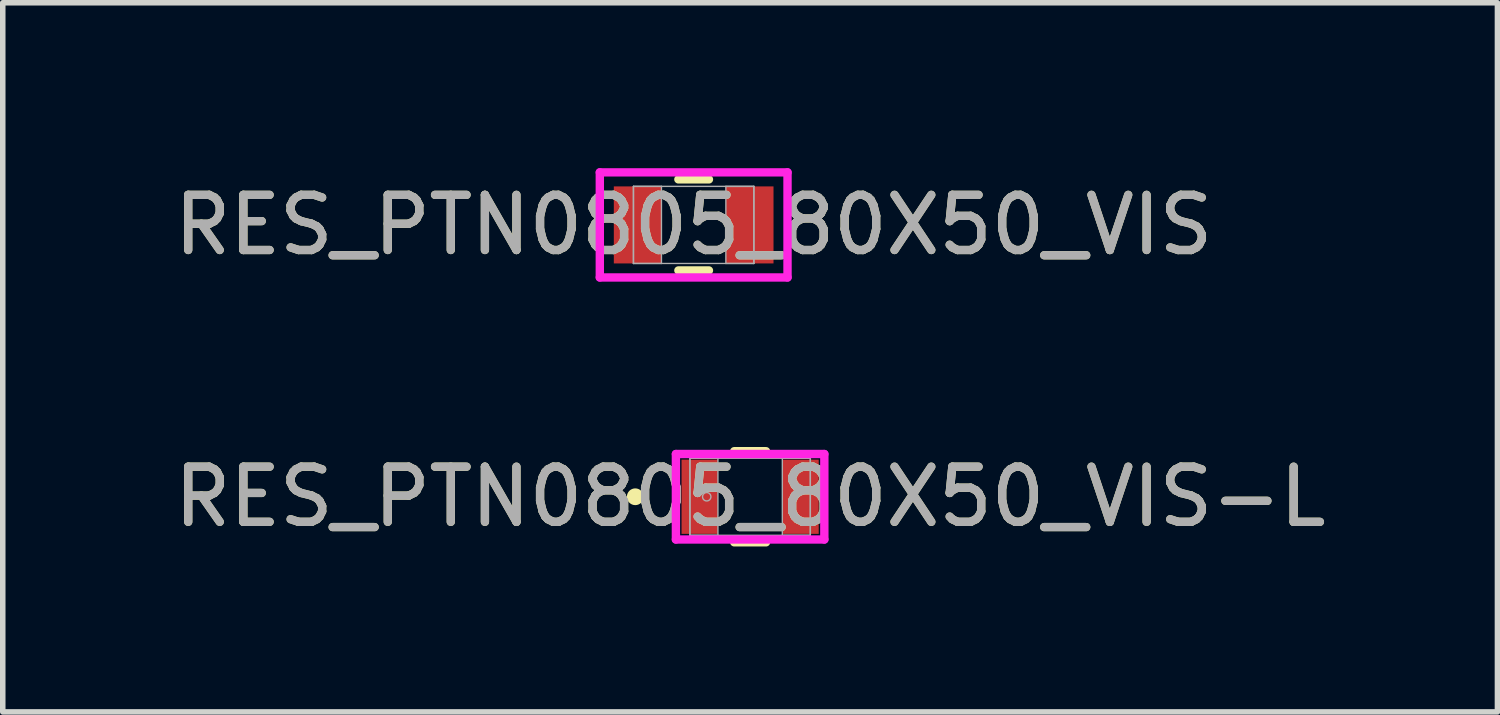
<source format=kicad_pcb>
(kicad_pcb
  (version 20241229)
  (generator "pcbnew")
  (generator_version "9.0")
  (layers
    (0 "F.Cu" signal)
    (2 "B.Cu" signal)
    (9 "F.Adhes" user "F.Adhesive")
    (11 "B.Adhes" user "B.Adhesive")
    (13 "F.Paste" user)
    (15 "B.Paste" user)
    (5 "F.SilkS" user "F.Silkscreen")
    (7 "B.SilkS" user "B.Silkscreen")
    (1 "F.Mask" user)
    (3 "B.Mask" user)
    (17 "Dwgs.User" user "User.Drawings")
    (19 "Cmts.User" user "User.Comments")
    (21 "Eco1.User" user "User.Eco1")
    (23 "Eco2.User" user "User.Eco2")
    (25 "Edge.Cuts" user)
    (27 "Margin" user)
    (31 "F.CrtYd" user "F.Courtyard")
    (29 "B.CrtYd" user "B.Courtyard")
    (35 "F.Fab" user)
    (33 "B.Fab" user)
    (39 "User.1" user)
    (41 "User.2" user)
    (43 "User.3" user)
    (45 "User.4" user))
  (footprint "RES_PTN0805_80X50_VIS"
    (layer "F.Cu")
    (at 9.53 1.029)
    (property "Reference" "RES_PTN0805_80X50_VIS" (at 0 0 0) (unlocked yes) (layer "F.SilkS") (effects (font (size 1 1) (thickness 0.15))))
    (attr smd)
    (fp_line (start -0.277 0.826) (end 0.277 0.826) (stroke (width 0.152) (type solid)) (layer "F.SilkS"))
    (fp_line (start 0.277 -0.826) (end -0.277 -0.826) (stroke (width 0.152) (type solid)) (layer "F.SilkS"))
    (fp_line (start -1.702 -0.953) (end 1.702 -0.953) (stroke (width 0.152) (type solid)) (layer "F.CrtYd"))
    (fp_line (start -1.702 0.953) (end -1.702 -0.953) (stroke (width 0.152) (type solid)) (layer "F.CrtYd"))
    (fp_line (start 1.702 -0.953) (end 1.702 0.953) (stroke (width 0.152) (type solid)) (layer "F.CrtYd"))
    (fp_line (start 1.702 0.953) (end -1.702 0.953) (stroke (width 0.152) (type solid)) (layer "F.CrtYd"))
    (fp_line (start -1.092 -0.699) (end -1.092 0.699) (stroke (width 0.025) (type solid)) (layer "F.Fab"))
    (fp_line (start -1.092 -0.699) (end -1.092 0.699) (stroke (width 0.025) (type solid)) (layer "F.Fab"))
    (fp_line (start -1.092 0.699) (end -0.584 0.699) (stroke (width 0.025) (type solid)) (layer "F.Fab"))
    (fp_line (start -1.092 0.699) (end 1.092 0.699) (stroke (width 0.025) (type solid)) (layer "F.Fab"))
    (fp_line (start -0.584 -0.699) (end -1.092 -0.699) (stroke (width 0.025) (type solid)) (layer "F.Fab"))
    (fp_line (start -0.584 0.699) (end -0.584 -0.699) (stroke (width 0.025) (type solid)) (layer "F.Fab"))
    (fp_line (start 0.584 -0.699) (end 0.584 0.699) (stroke (width 0.025) (type solid)) (layer "F.Fab"))
    (fp_line (start 0.584 0.699) (end 1.092 0.699) (stroke (width 0.025) (type solid)) (layer "F.Fab"))
    (fp_line (start 1.092 -0.699) (end -1.092 -0.699) (stroke (width 0.025) (type solid)) (layer "F.Fab"))
    (fp_line (start 1.092 -0.699) (end 0.584 -0.699) (stroke (width 0.025) (type solid)) (layer "F.Fab"))
    (fp_line (start 1.092 0.699) (end 1.092 -0.699) (stroke (width 0.025) (type solid)) (layer "F.Fab"))
    (fp_line (start 1.092 0.699) (end 1.092 -0.699) (stroke (width 0.025) (type solid)) (layer "F.Fab"))
    (fp_circle (center -0.889 0) (end -0.889 0) (stroke (width 0.025) (type solid)) (fill no) (layer "F.Fab"))
    (fp_text user "${REFERENCE}" (at 0 0 0) (unlocked yes) (layer "F.Fab") (effects (font (size 1 1) (thickness 0.15))))
    (pad "1" smd rect (at -1.016 0) (size 0.864 1.397) (layers "F.Cu" "F.Mask" "F.Paste"))
    (pad "2" smd rect (at 1.016 0) (size 0.864 1.397) (layers "F.Cu" "F.Mask" "F.Paste"))
    (zone (net_name "") (layer "F.Cu") (hatch full 0.508) (connect_pads) (min_thickness 0.254) (filled_areas_thickness no) (keepout (tracks not_allowed) (vias not_allowed) (pads allowed) (copperpour not_allowed) (footprints allowed)) (placement (enabled no)) (fill) (polygon (pts (xy 8.996 0.381) (xy 10.063 0.381) (xy 10.063 1.676) (xy 8.996 1.676)))))
  (footprint "RES_PTN0805_80X50_VIS-L"
    (layer "F.Cu")
    (at 10.554 5.959)
    (property "Reference" "RES_PTN0805_80X50_VIS-L" (at 0 0 0) (unlocked yes) (layer "F.SilkS") (effects (font (size 1 1) (thickness 0.15))))
    (attr smd)
    (fp_line (start -0.288 0.826) (end 0.288 0.826) (stroke (width 0.152) (type solid)) (layer "F.SilkS"))
    (fp_line (start 0.288 -0.826) (end -0.288 -0.826) (stroke (width 0.152) (type solid)) (layer "F.SilkS"))
    (fp_circle (center -2.083 0) (end -2.007 0) (stroke (width 0.152) (type solid)) (fill no) (layer "F.SilkS"))
    (fp_line (start -1.346 -0.775) (end 1.346 -0.775) (stroke (width 0.152) (type solid)) (layer "F.CrtYd"))
    (fp_line (start -1.346 0.775) (end -1.346 -0.775) (stroke (width 0.152) (type solid)) (layer "F.CrtYd"))
    (fp_line (start 1.346 -0.775) (end 1.346 0.775) (stroke (width 0.152) (type solid)) (layer "F.CrtYd"))
    (fp_line (start 1.346 0.775) (end -1.346 0.775) (stroke (width 0.152) (type solid)) (layer "F.CrtYd"))
    (fp_line (start -1.092 -0.699) (end -1.092 0.699) (stroke (width 0.025) (type solid)) (layer "F.Fab"))
    (fp_line (start -1.092 -0.699) (end -1.092 0.699) (stroke (width 0.025) (type solid)) (layer "F.Fab"))
    (fp_line (start -1.092 0.699) (end -0.584 0.699) (stroke (width 0.025) (type solid)) (layer "F.Fab"))
    (fp_line (start -1.092 0.699) (end 1.092 0.699) (stroke (width 0.025) (type solid)) (layer "F.Fab"))
    (fp_line (start -0.584 -0.699) (end -1.092 -0.699) (stroke (width 0.025) (type solid)) (layer "F.Fab"))
    (fp_line (start -0.584 0.699) (end -0.584 -0.699) (stroke (width 0.025) (type solid)) (layer "F.Fab"))
    (fp_line (start 0.584 -0.699) (end 0.584 0.699) (stroke (width 0.025) (type solid)) (layer "F.Fab"))
    (fp_line (start 0.584 0.699) (end 1.092 0.699) (stroke (width 0.025) (type solid)) (layer "F.Fab"))
    (fp_line (start 1.092 -0.699) (end -1.092 -0.699) (stroke (width 0.025) (type solid)) (layer "F.Fab"))
    (fp_line (start 1.092 -0.699) (end 0.584 -0.699) (stroke (width 0.025) (type solid)) (layer "F.Fab"))
    (fp_line (start 1.092 0.699) (end 1.092 -0.699) (stroke (width 0.025) (type solid)) (layer "F.Fab"))
    (fp_line (start 1.092 0.699) (end 1.092 -0.699) (stroke (width 0.025) (type solid)) (layer "F.Fab"))
    (fp_circle (center -0.787 0) (end -0.711 0) (stroke (width 0.025) (type solid)) (fill no) (layer "F.Fab"))
    (fp_text user "${REFERENCE}" (at 0 0 0) (unlocked yes) (layer "F.Fab") (effects (font (size 1 1) (thickness 0.15))))
    (pad "1" smd rect (at -0.914 0) (size 0.66 1.346) (layers "F.Cu" "F.Mask" "F.Paste"))
    (pad "2" smd rect (at 0.914 0) (size 0.66 1.346) (layers "F.Cu" "F.Mask" "F.Paste"))
    (zone (net_name "") (layer "F.Cu") (hatch full 0.508) (connect_pads) (min_thickness 0.254) (filled_areas_thickness no) (keepout (tracks not_allowed) (vias not_allowed) (pads allowed) (copperpour not_allowed) (footprints allowed)) (placement (enabled no)) (fill) (polygon (pts (xy 10.02 5.311) (xy 11.087 5.311) (xy 11.087 6.607) (xy 10.02 6.607)))))
  (gr_rect
    (start -3 -3)
    (end 24.107 9.861)
    (stroke (width 0.1) (type default))
    (fill no)
    (layer "Edge.Cuts")))
</source>
